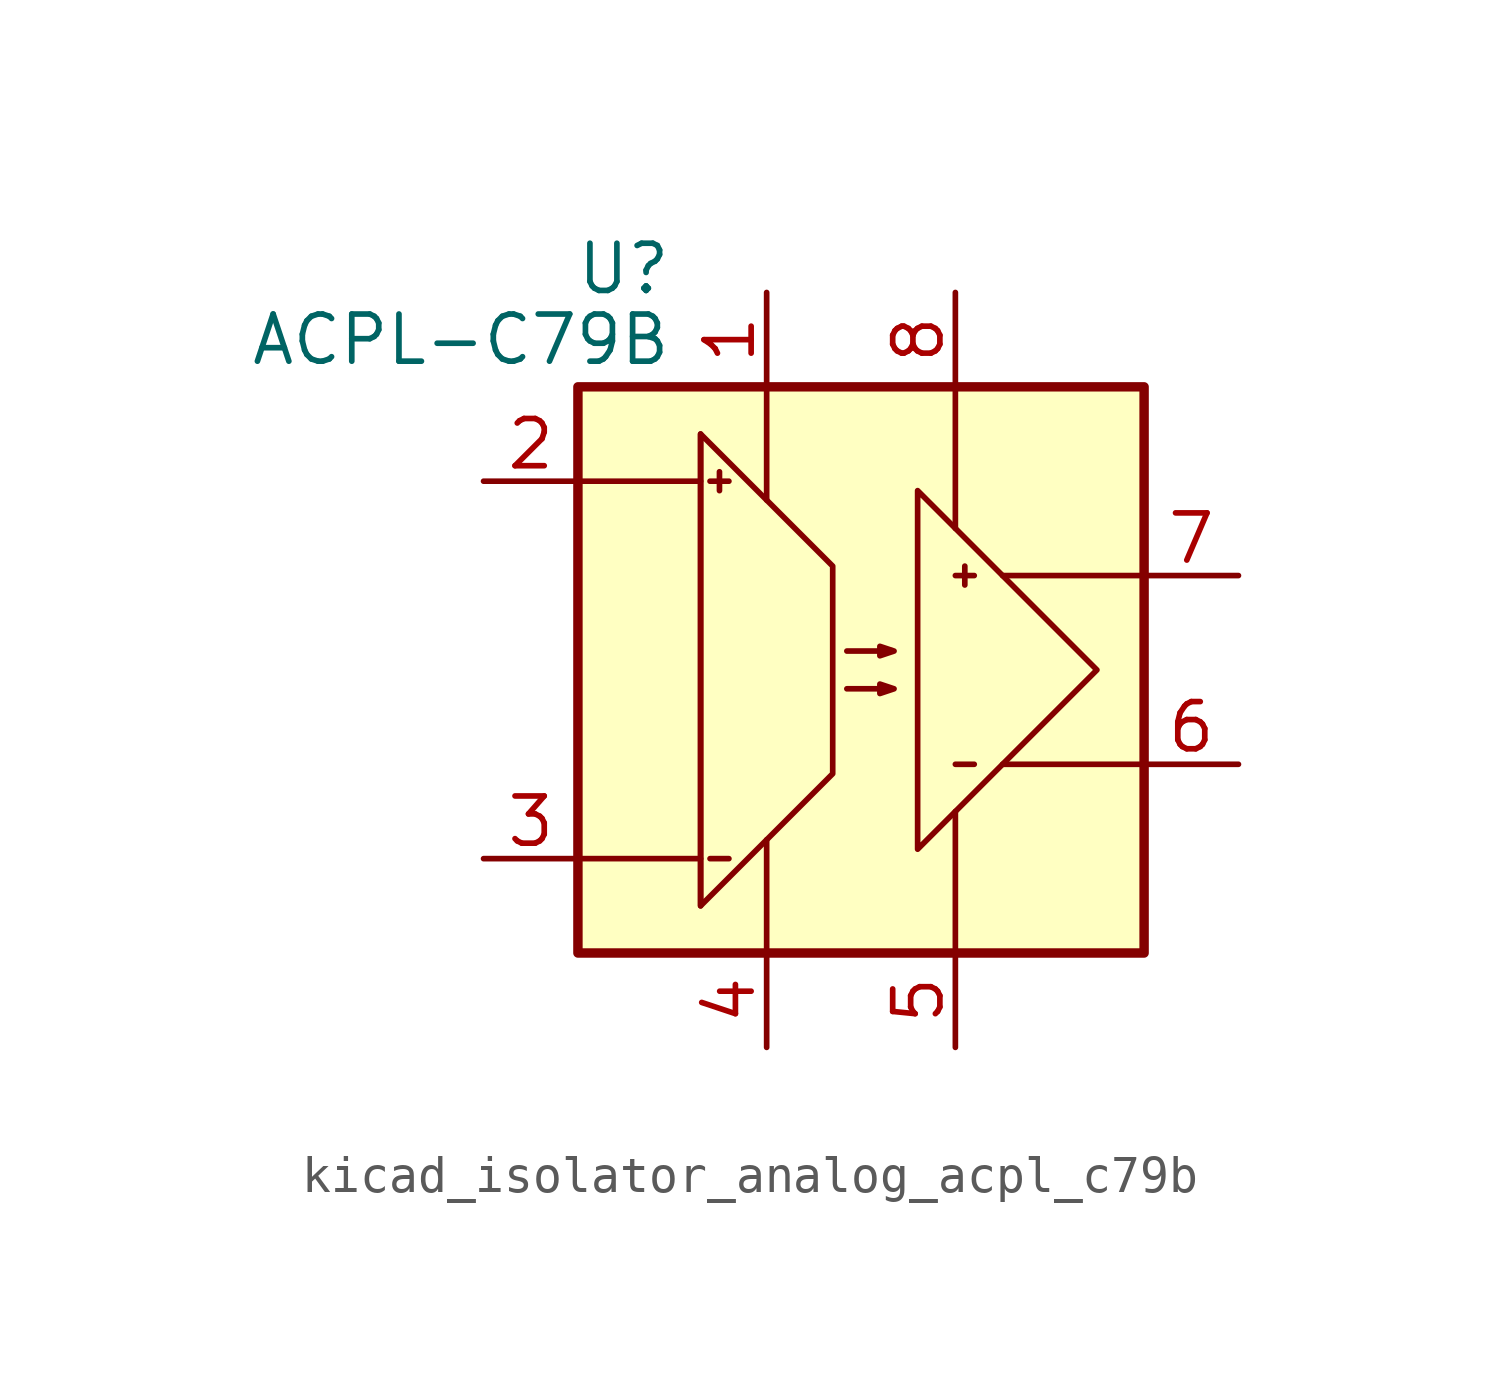
<source format=kicad_sym>
(kicad_symbol_lib
  (version 20220914)
  (generator kicad_symbol_editor)
  (symbol "kicad_isolator_analog_acpl_c79b"
    (pin_names
      (offset 0) hide)
    (property "Reference" "U"
      (at -5.08 10.795 0)
      (effects (font (size 1.27 1.27)) (justify right)))
    (property "Value" "ACPL-C79B"
      (at -5.08 8.89 0)
      (effects (font (size 1.27 1.27)) (justify right)))
    (symbol "kicad_isolator_analog_acpl_c79b_0_1"
      (rectangle (start -7.62 7.62) (end 7.62 -7.62) (stroke (width 0.254) (type default)) (fill (type background)))
      (polyline (pts (xy -7.62 -5.08) (xy -4.318 -5.08)) (stroke (width 0) (type default)) (fill (type none)))
      (polyline (pts (xy -7.62 5.08) (xy -4.318 5.08)) (stroke (width 0) (type default)) (fill (type none)))
      (polyline (pts (xy -4.318 6.35) (xy -4.318 -6.35)) (stroke (width 0) (type default)) (fill (type none)))
      (polyline (pts (xy -4.064 -5.08) (xy -3.556 -5.08)) (stroke (width 0) (type default)) (fill (type none)))
      (polyline (pts (xy -4.064 5.08) (xy -3.556 5.08)) (stroke (width 0) (type default)) (fill (type none)))
      (polyline (pts (xy -3.81 5.334) (xy -3.81 4.826)) (stroke (width 0) (type default)) (fill (type none)))
      (polyline (pts (xy -2.54 -7.62) (xy -2.54 -4.572)) (stroke (width 0) (type default)) (fill (type none)))
      (polyline (pts (xy -2.54 7.62) (xy -2.54 4.572)) (stroke (width 0) (type default)) (fill (type none)))
      (polyline (pts (xy 2.54 -7.62) (xy 2.54 -3.81)) (stroke (width 0) (type default)) (fill (type none)))
      (polyline (pts (xy 2.54 7.62) (xy 2.54 3.81)) (stroke (width 0) (type default)) (fill (type none)))
      (polyline (pts (xy 2.794 2.794) (xy 2.794 2.286)) (stroke (width 0) (type default)) (fill (type none)))
      (polyline (pts (xy 3.048 -2.54) (xy 2.54 -2.54)) (stroke (width 0) (type default)) (fill (type none)))
      (polyline (pts (xy 3.048 2.54) (xy 2.54 2.54)) (stroke (width 0) (type default)) (fill (type none)))
      (polyline (pts (xy 7.62 -2.54) (xy 3.81 -2.54)) (stroke (width 0) (type default)) (fill (type none)))
      (polyline (pts (xy 7.62 2.54) (xy 3.81 2.54)) (stroke (width 0) (type default)) (fill (type none)))
      (polyline (pts (xy 6.35 0) (xy 1.524 -4.826) (xy 1.524 4.826) (xy 6.35 0)) (stroke (width 0) (type default)) (fill (type none)))
      (polyline (pts (xy -4.318 -6.35) (xy -0.762 -2.794) (xy -0.762 2.794) (xy -4.318 6.35) (xy -4.318 -6.35)) (stroke (width 0) (type default)) (fill (type none)))
      (polyline (pts (xy -0.381 -0.508) (xy 0.889 -0.508) (xy 0.508 -0.635) (xy 0.508 -0.381) (xy 0.889 -0.508)) (stroke (width 0) (type default)) (fill (type none)))
      (polyline (pts (xy -0.381 0.508) (xy 0.889 0.508) (xy 0.508 0.381) (xy 0.508 0.635) (xy 0.889 0.508)) (stroke (width 0) (type default)) (fill (type none))))
    (symbol "kicad_isolator_analog_acpl_c79b_1_1"
      (pin power_in line (at -2.54 10.16 270) (length 2.54) (name "VDD1" (effects (font (size 1.27 1.27)))) (number "1" (effects (font (size 1.27 1.27)))))
      (pin input line (at -10.16 5.08 0) (length 2.54) (name "IN+" (effects (font (size 1.27 1.27)))) (number "2" (effects (font (size 1.27 1.27)))))
      (pin input line (at -10.16 -5.08 0) (length 2.54) (name "IN-" (effects (font (size 1.27 1.27)))) (number "3" (effects (font (size 1.27 1.27)))))
      (pin power_in line (at -2.54 -10.16 90) (length 2.54) (name "GND1" (effects (font (size 1.27 1.27)))) (number "4" (effects (font (size 1.27 1.27)))))
      (pin power_in line (at 2.54 -10.16 90) (length 2.54) (name "GND2" (effects (font (size 1.27 1.27)))) (number "5" (effects (font (size 1.27 1.27)))))
      (pin output line (at 10.16 -2.54 180) (length 2.54) (name "OUT-" (effects (font (size 1.27 1.27)))) (number "6" (effects (font (size 1.27 1.27)))))
      (pin output line (at 10.16 2.54 180) (length 2.54) (name "OUT+" (effects (font (size 1.27 1.27)))) (number "7" (effects (font (size 1.27 1.27)))))
      (pin power_in line (at 2.54 10.16 270) (length 2.54) (name "VDD2" (effects (font (size 1.27 1.27)))) (number "8" (effects (font (size 1.27 1.27))))))))
</source>
